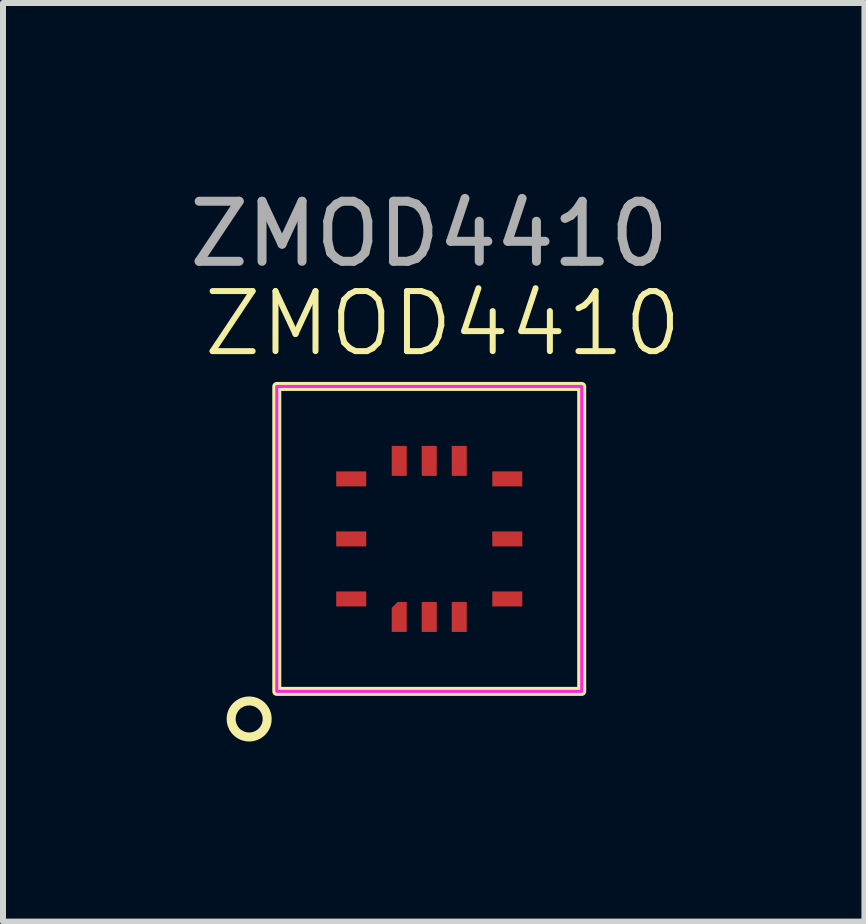
<source format=kicad_pcb>
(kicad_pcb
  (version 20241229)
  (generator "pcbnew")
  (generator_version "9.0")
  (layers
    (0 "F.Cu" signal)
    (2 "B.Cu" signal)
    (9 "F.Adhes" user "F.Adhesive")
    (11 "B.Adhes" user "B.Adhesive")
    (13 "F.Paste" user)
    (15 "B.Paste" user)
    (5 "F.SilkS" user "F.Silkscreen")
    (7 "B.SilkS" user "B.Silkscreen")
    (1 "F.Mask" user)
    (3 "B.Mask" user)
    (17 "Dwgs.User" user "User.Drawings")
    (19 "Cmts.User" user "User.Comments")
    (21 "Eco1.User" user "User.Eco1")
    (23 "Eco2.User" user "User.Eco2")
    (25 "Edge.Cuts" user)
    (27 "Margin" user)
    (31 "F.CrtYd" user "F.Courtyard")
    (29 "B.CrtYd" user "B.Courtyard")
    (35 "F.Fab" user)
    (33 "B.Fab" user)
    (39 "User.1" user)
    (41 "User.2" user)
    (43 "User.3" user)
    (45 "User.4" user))
  (footprint "ZMOD4410"
    (layer "F.Cu")
    (at 4.101 5.928)
    (property "Reference" "ZMOD4410" (at 0.224 -3.586 0) (unlocked yes) (layer "F.SilkS") (effects (font (size 1 1) (thickness 0.1))))
    (attr smd)
    (fp_rect (start -2.54 -2.54) (end 2.54 2.54) (stroke (width 0.15) (type default)) (fill no) (layer "F.SilkS"))
    (fp_circle (center -3 3) (end -2.7 3) (stroke (width 0.15) (type default)) (fill no) (layer "F.SilkS"))
    (fp_rect (start 2.54 -2.54) (end -2.54 2.54) (stroke (width 0.05) (type default)) (fill no) (layer "F.CrtYd"))
    (fp_text user "${REFERENCE}" (at 0 -5.08 0) (unlocked yes) (layer "F.Fab") (effects (font (size 1 1) (thickness 0.15))))
    (pad "1" smd roundrect (at -0.5 1.3) (size 0.25 0.5) (layers "F.Cu" "F.Mask" "F.Paste") (roundrect_rratio 0) (chamfer_ratio 0.4) (chamfer top_left))
    (pad "2" smd rect (at 0 1.3) (size 0.25 0.5) (layers "F.Cu" "F.Mask" "F.Paste"))
    (pad "3" smd rect (at 0.5 1.3) (size 0.25 0.5) (layers "F.Cu" "F.Mask" "F.Paste"))
    (pad "4" smd rect (at 1.3 1) (size 0.5 0.25) (layers "F.Cu" "F.Mask" "F.Paste"))
    (pad "5" smd rect (at 1.3 0) (size 0.5 0.25) (layers "F.Cu" "F.Mask" "F.Paste"))
    (pad "6" smd rect (at 1.3 -1) (size 0.5 0.25) (layers "F.Cu" "F.Mask" "F.Paste"))
    (pad "7" smd rect (at 0.5 -1.3) (size 0.25 0.5) (layers "F.Cu" "F.Mask" "F.Paste"))
    (pad "8" smd rect (at 0 -1.3) (size 0.25 0.5) (layers "F.Cu" "F.Mask" "F.Paste"))
    (pad "9" smd rect (at -0.5 -1.3) (size 0.25 0.5) (layers "F.Cu" "F.Mask" "F.Paste"))
    (pad "10" smd rect (at -1.3 -1) (size 0.5 0.25) (layers "F.Cu" "F.Mask" "F.Paste"))
    (pad "11" smd rect (at -1.3 0) (size 0.5 0.25) (layers "F.Cu" "F.Mask" "F.Paste"))
    (pad "12" smd rect (at -1.3 1) (size 0.5 0.25) (layers "F.Cu" "F.Mask" "F.Paste")))
  (gr_rect
    (start -3 -3)
    (end 11.351 12.303)
    (stroke (width 0.1) (type default))
    (fill no)
    (layer "Edge.Cuts")))
</source>
